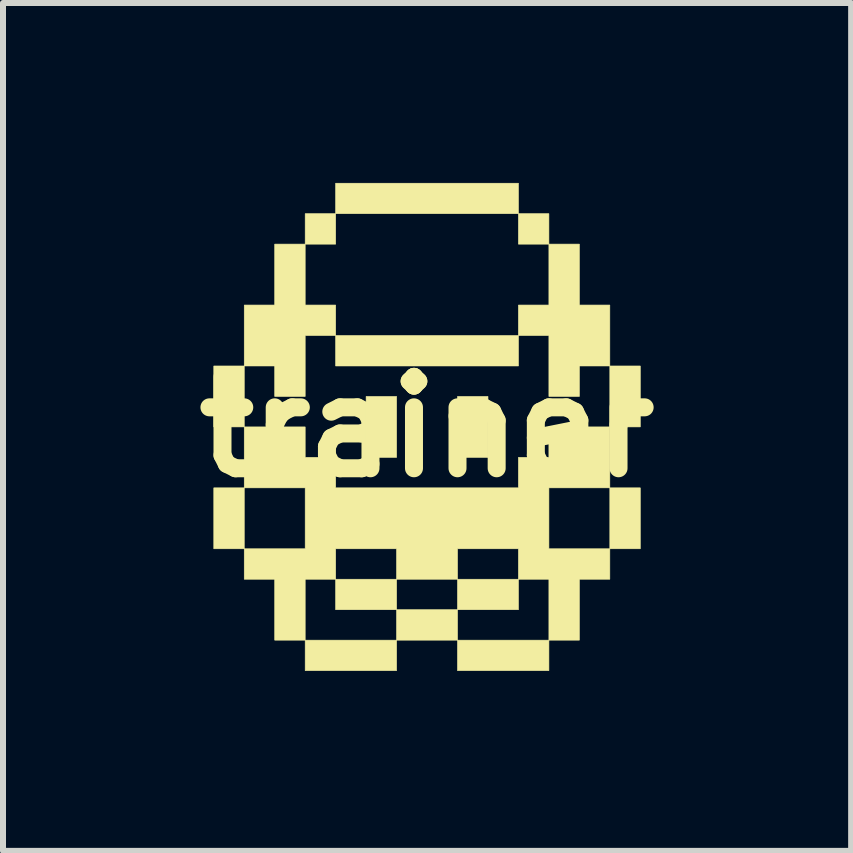
<source format=kicad_pcb>
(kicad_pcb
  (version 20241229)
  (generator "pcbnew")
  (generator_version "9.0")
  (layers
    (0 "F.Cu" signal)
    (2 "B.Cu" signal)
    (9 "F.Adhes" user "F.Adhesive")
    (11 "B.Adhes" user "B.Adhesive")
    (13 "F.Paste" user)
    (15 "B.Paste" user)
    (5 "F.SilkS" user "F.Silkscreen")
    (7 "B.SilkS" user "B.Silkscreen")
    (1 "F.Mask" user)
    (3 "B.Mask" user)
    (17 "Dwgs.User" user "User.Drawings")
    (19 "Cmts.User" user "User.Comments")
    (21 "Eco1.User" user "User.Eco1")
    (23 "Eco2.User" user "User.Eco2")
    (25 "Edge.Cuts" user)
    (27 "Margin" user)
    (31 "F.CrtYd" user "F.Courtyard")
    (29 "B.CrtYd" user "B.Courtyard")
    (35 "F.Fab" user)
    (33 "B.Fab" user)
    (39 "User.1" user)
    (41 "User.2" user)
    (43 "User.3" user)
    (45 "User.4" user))
  (footprint "trainer"
    (layer "F.Cu")
    (at 4.071 4.069)
    (property "Reference" "trainer" (at 0 0 0) (layer "F.SilkS") (effects (font (size 1.524 1.524) (thickness 0.3))))
    (attr through_hole)
    (fp_poly (pts (xy -3.556 0) (xy -3.556 -1.016) (xy -3.048 -1.016) (xy -3.048 0) (xy -3.556 0)) (stroke (width 0.01) (type solid)) (fill yes) (layer "F.SilkS"))
    (fp_poly (pts (xy -2.032 -3.556) (xy -1.524 -3.556) (xy -1.524 -3.048) (xy -2.032 -3.048) (xy -2.032 -3.556)) (stroke (width 0.01) (type solid)) (fill yes) (layer "F.SilkS"))
    (fp_poly (pts (xy -1.524 -4.064) (xy 1.524 -4.064) (xy 1.524 -3.556) (xy -1.524 -3.556) (xy -1.524 -4.064)) (stroke (width 0.01) (type solid)) (fill yes) (layer "F.SilkS"))
    (fp_poly (pts (xy -0.508 0.508) (xy -1.016 0.508) (xy -1.016 -0.508) (xy -0.508 -0.508) (xy -0.508 0.508)) (stroke (width 0.01) (type solid)) (fill yes) (layer "F.SilkS"))
    (fp_poly (pts (xy -0.508 3.048) (xy -1.524 3.048) (xy -1.524 2.54) (xy -0.508 2.54) (xy -0.508 3.048)) (stroke (width 0.01) (type solid)) (fill yes) (layer "F.SilkS"))
    (fp_poly (pts (xy 1.016 0.508) (xy 0.508 0.508) (xy 0.508 -0.508) (xy 1.016 -0.508) (xy 1.016 0.508)) (stroke (width 0.01) (type solid)) (fill yes) (layer "F.SilkS"))
    (fp_poly (pts (xy 1.524 -3.048) (xy 1.524 -3.556) (xy 2.032 -3.556) (xy 2.032 -3.048) (xy 1.524 -3.048)) (stroke (width 0.01) (type solid)) (fill yes) (layer "F.SilkS"))
    (fp_poly (pts (xy 1.524 -1.016) (xy -1.524 -1.016) (xy -1.524 -1.524) (xy 1.524 -1.524) (xy 1.524 -1.016)) (stroke (width 0.01) (type solid)) (fill yes) (layer "F.SilkS"))
    (fp_poly (pts (xy 1.524 3.048) (xy 0.508 3.048) (xy 0.508 2.54) (xy 1.524 2.54) (xy 1.524 3.048)) (stroke (width 0.01) (type solid)) (fill yes) (layer "F.SilkS"))
    (fp_poly (pts (xy 3.048 -1.016) (xy 3.556 -1.016) (xy 3.556 0) (xy 3.048 0) (xy 3.048 -1.016)) (stroke (width 0.01) (type solid)) (fill yes) (layer "F.SilkS"))
    (fp_poly (pts (xy 3.048 1.016) (xy 3.556 1.016) (xy 3.556 2.032) (xy 3.048 2.032) (xy 3.048 1.016)) (stroke (width 0.01) (type solid)) (fill yes) (layer "F.SilkS"))
    (fp_poly (pts (xy -3.048 -2.032) (xy -2.54 -2.032) (xy -2.54 -3.048) (xy -2.032 -3.048) (xy -2.032 -2.032) (xy -1.524 -2.032) (xy -1.524 -1.524) (xy -2.032 -1.524) (xy -2.032 -0.508) (xy -2.54 -0.508) (xy -2.54 -1.016) (xy -3.048 -1.016) (xy -3.048 -2.032)) (stroke (width 0.01) (type solid)) (fill yes) (layer "F.SilkS"))
    (fp_poly (pts (xy 2.54 -3.048) (xy 2.54 -2.032) (xy 3.048 -2.032) (xy 3.048 -1.016) (xy 2.54 -1.016) (xy 2.54 -0.508) (xy 2.032 -0.508) (xy 2.032 -1.524) (xy 1.524 -1.524) (xy 1.524 -2.032) (xy 2.032 -2.032) (xy 2.032 -3.048) (xy 2.54 -3.048)) (stroke (width 0.01) (type solid)) (fill yes) (layer "F.SilkS"))
    (fp_poly (pts (xy 3.048 1.016) (xy 2.032 1.016) (xy 2.032 2.032) (xy 3.048 2.032) (xy 3.048 2.54) (xy 2.54 2.54) (xy 2.54 3.556) (xy 2.032 3.556) (xy 2.032 4.064) (xy 0.508 4.064) (xy 0.508 3.556) (xy -0.508 3.556) (xy -0.508 4.064) (xy -2.032 4.064) (xy -2.032 3.556) (xy -2.54 3.556) (xy -2.54 2.54) (xy -2.032 2.54) (xy -2.032 3.556) (xy -0.508 3.556) (xy -0.508 3.048) (xy 0.508 3.048) (xy 0.508 3.556) (xy 2.032 3.556) (xy 2.032 2.54) (xy 1.524 2.54) (xy 1.524 2.032) (xy 0.508 2.032) (xy 0.508 2.54) (xy -0.508 2.54) (xy -0.508 2.032) (xy -1.524 2.032) (xy -1.524 2.54) (xy -2.032 2.54) (xy -2.54 2.54) (xy -3.048 2.54) (xy -3.048 2.032) (xy -3.556 2.032) (xy -3.556 1.016) (xy -3.048 1.016) (xy -3.048 2.032) (xy -2.032 2.032) (xy -2.032 1.016) (xy -3.048 1.016) (xy -3.048 0) (xy -2.032 0) (xy -2.032 0.508) (xy -1.524 0.508) (xy -1.524 1.016) (xy 1.524 1.016) (xy 1.524 0.508) (xy 2.032 0.508) (xy 2.032 0) (xy 3.048 0) (xy 3.048 1.016)) (stroke (width 0.01) (type solid)) (fill yes) (layer "F.SilkS")))
  (gr_rect
    (start -3 -3)
    (end 11.143 11.138)
    (stroke (width 0.1) (type default))
    (fill no)
    (layer "Edge.Cuts")))
</source>
